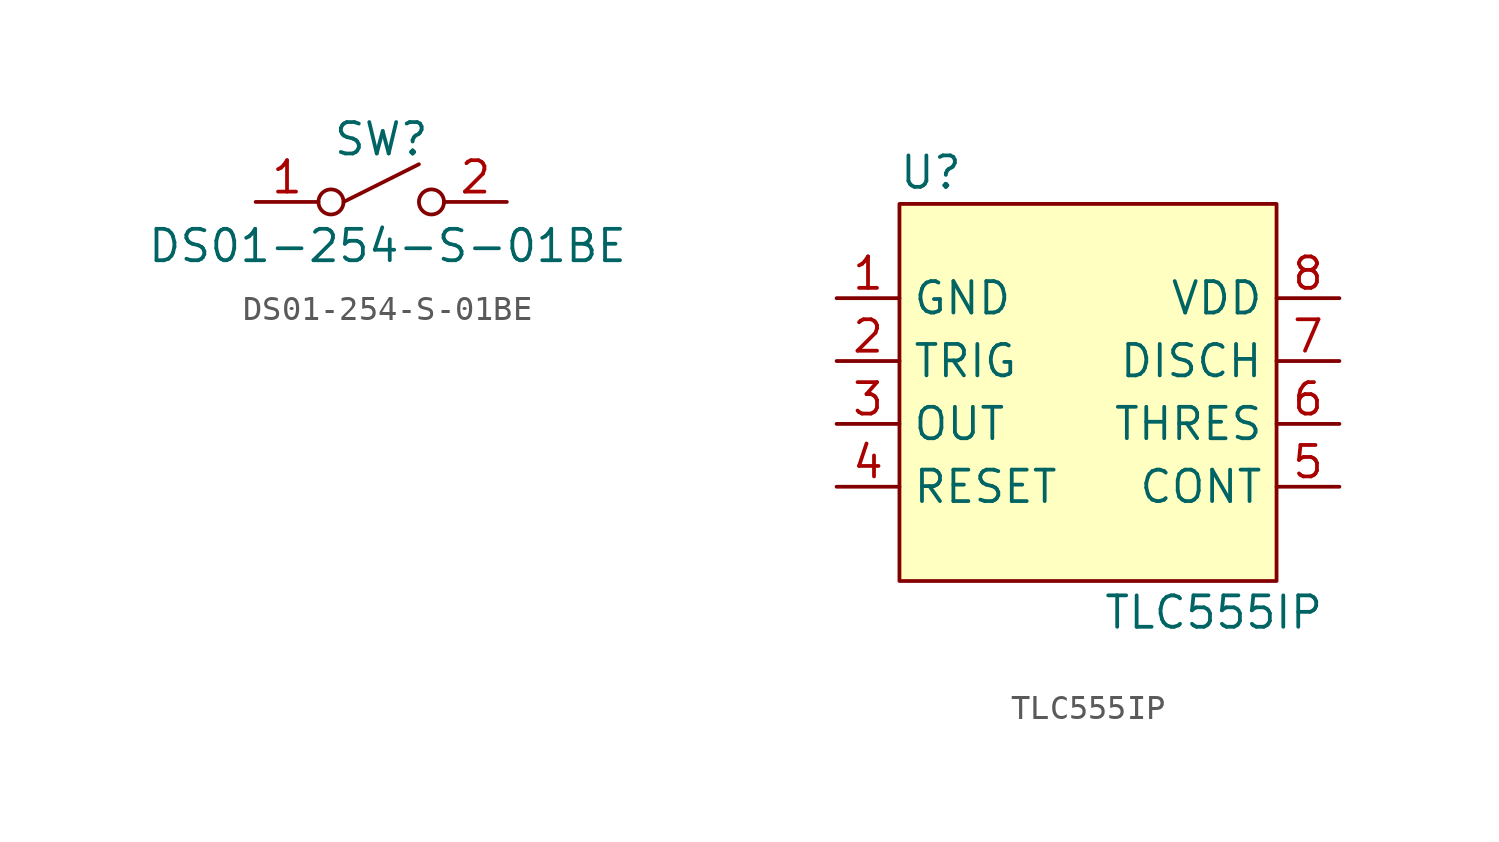
<source format=kicad_sym>
(kicad_symbol_lib
  (version 20231120)
  (generator "kicad_symbol_editor")
  (generator_version "8.0")
  (symbol "DS01-254-S-01BE"
    (property "Reference" "SW"
      (at 0 2.54 0)
      (effects (font (size 1.27 1.27))))
    (property "Value" "DS01-254-S-01BE"
      (at 0.254 -1.778 0)
      (effects (font (size 1.27 1.27))))
    (symbol "DS01-254-S-01BE_0_1"
      (polyline (pts (xy -1.524 0) (xy 1.524 1.524)) (stroke (width 0) (type default)) (fill (type none)))
      (circle (center 2.032 0) (radius 0.508) (stroke (width 0) (type default)) (fill (type none))))
    (symbol "DS01-254-S-01BE_1_1"
      (circle (center -2.032 0) (radius 0.508) (stroke (width 0) (type default)) (fill (type none)))
      (pin passive line (at -5.08 0 0) (length 2.54) (name "" (effects (font (size 1.27 1.27)))) (number "1" (effects (font (size 1.27 1.27)))))
      (pin passive line (at 5.08 0 180) (length 2.54) (name "" (effects (font (size 1.27 1.27)))) (number "2" (effects (font (size 1.27 1.27)))))))
  (symbol "TLC555IP"
    (property "Reference" "U"
      (at -6.35 8.89 0)
      (effects (font (size 1.27 1.27))))
    (property "Value" "TLC555IP"
      (at 5.08 -8.89 0)
      (effects (font (size 1.27 1.27))))
    (symbol "TLC555IP_0_0"
      (pin power_out line (at -10.16 3.81 0) (length 2.54) (name "GND" (effects (font (size 1.27 1.27)))) (number "1" (effects (font (size 1.27 1.27)))))
      (pin input line (at -10.16 1.27 0) (length 2.54) (name "TRIG" (effects (font (size 1.27 1.27)))) (number "2" (effects (font (size 1.27 1.27)))))
      (pin output line (at -10.16 -1.27 0) (length 2.54) (name "OUT" (effects (font (size 1.27 1.27)))) (number "3" (effects (font (size 1.27 1.27)))))
      (pin input line (at -10.16 -3.81 0) (length 2.54) (name "RESET" (effects (font (size 1.27 1.27)))) (number "4" (effects (font (size 1.27 1.27)))))
      (pin input line (at 10.16 -3.81 180) (length 2.54) (name "CONT" (effects (font (size 1.27 1.27)))) (number "5" (effects (font (size 1.27 1.27)))))
      (pin input line (at 10.16 -1.27 180) (length 2.54) (name "THRES" (effects (font (size 1.27 1.27)))) (number "6" (effects (font (size 1.27 1.27)))))
      (pin output line (at 10.16 1.27 180) (length 2.54) (name "DISCH" (effects (font (size 1.27 1.27)))) (number "7" (effects (font (size 1.27 1.27)))))
      (pin power_in line (at 10.16 3.81 180) (length 2.54) (name "VDD" (effects (font (size 1.27 1.27)))) (number "8" (effects (font (size 1.27 1.27))))))
    (symbol "TLC555IP_1_1"
      (rectangle (start -7.62 7.62) (end 7.62 -7.62) (stroke (width 0) (type default)) (fill (type background))))))
</source>
